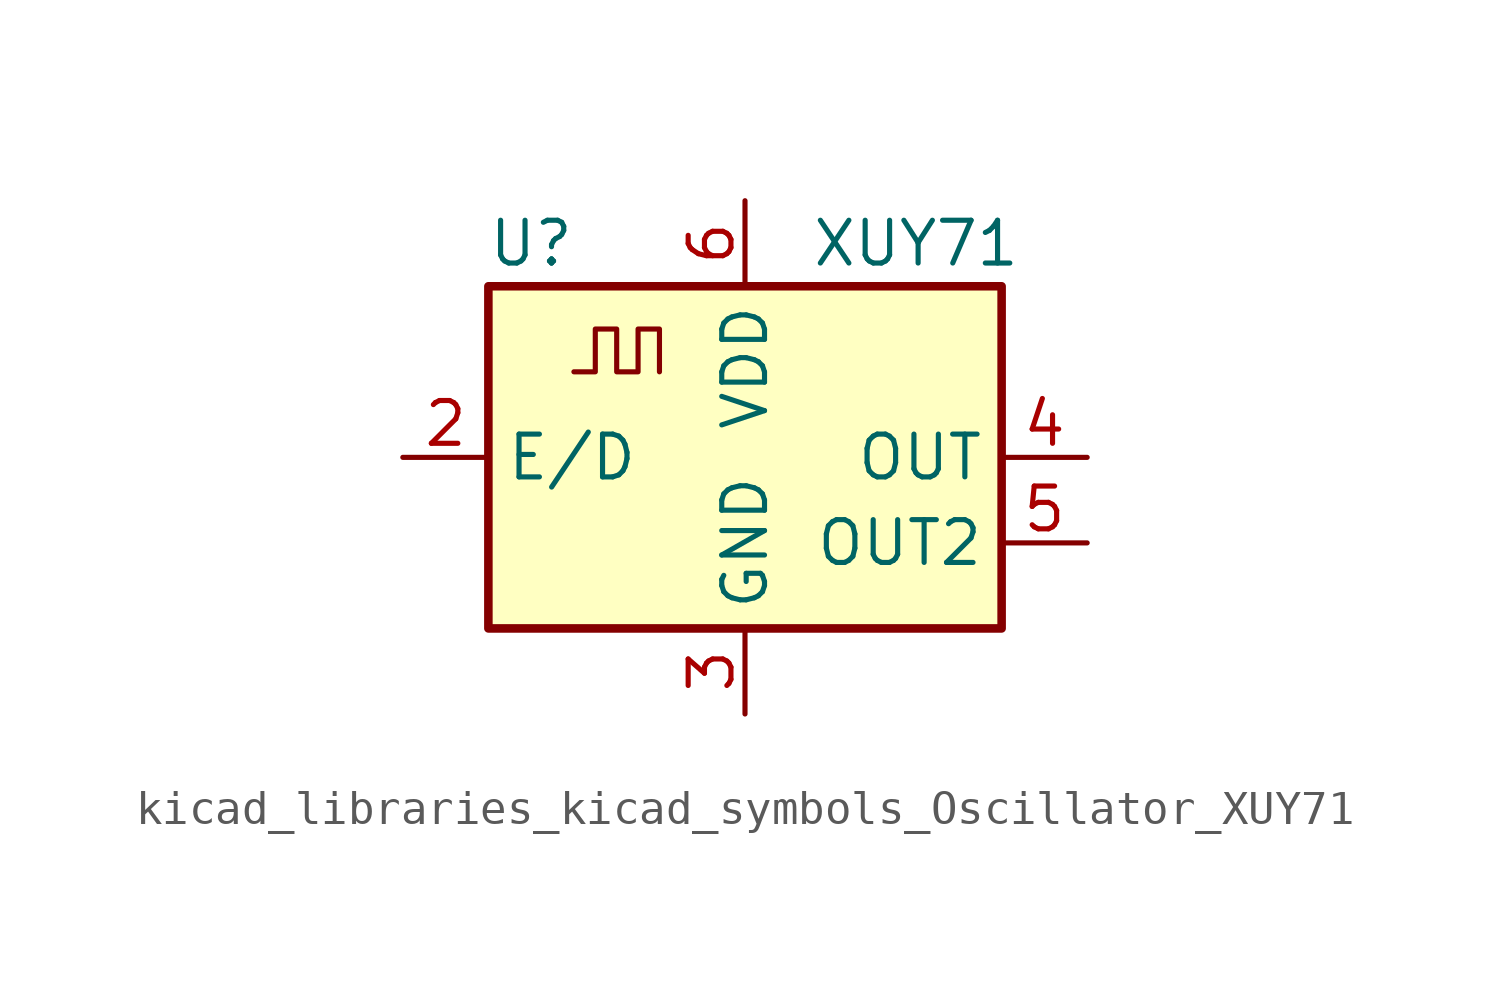
<source format=kicad_sym>
(kicad_symbol_lib
  (version 20220914)
  (generator kicad_symbol_editor)
  (symbol "kicad_libraries_kicad_symbols_Oscillator_XUY71"
    (property "Reference" "U"
      (at -6.35 6.35 0)
      (effects (font (size 1.27 1.27))))
    (property "Value" "XUY71"
      (at 5.08 6.35 0)
      (effects (font (size 1.27 1.27))))
    (symbol "kicad_libraries_kicad_symbols_Oscillator_XUY71_0_1"
      (rectangle (start -7.62 5.08) (end 7.62 -5.08) (stroke (width 0.254) (type default)) (fill (type background))))
    (symbol "kicad_libraries_kicad_symbols_Oscillator_XUY71_1_1"
      (polyline (pts (xy -5.08 2.54) (xy -4.445 2.54) (xy -4.445 3.81) (xy -3.81 3.81) (xy -3.81 2.54) (xy -3.175 2.54) (xy -3.175 3.81) (xy -2.54 3.81) (xy -2.54 2.54)) (stroke (width 0) (type default)) (fill (type none)))
      (pin no_connect line (at -7.62 -2.54 0) (length 2.54) hide (name "NC" (effects (font (size 1.27 1.27)))) (number "1" (effects (font (size 1.27 1.27)))))
      (pin input line (at -10.16 0 0) (length 2.54) (name "E/D" (effects (font (size 1.27 1.27)))) (number "2" (effects (font (size 1.27 1.27)))))
      (pin power_in line (at 0 -7.62 90) (length 2.54) (name "GND" (effects (font (size 1.27 1.27)))) (number "3" (effects (font (size 1.27 1.27)))))
      (pin output line (at 10.16 0 180) (length 2.54) (name "OUT" (effects (font (size 1.27 1.27)))) (number "4" (effects (font (size 1.27 1.27)))))
      (pin output line (at 10.16 -2.54 180) (length 2.54) (name "OUT2" (effects (font (size 1.27 1.27)))) (number "5" (effects (font (size 1.27 1.27)))))
      (pin power_in line (at 0 7.62 270) (length 2.54) (name "VDD" (effects (font (size 1.27 1.27)))) (number "6" (effects (font (size 1.27 1.27))))))))
</source>
